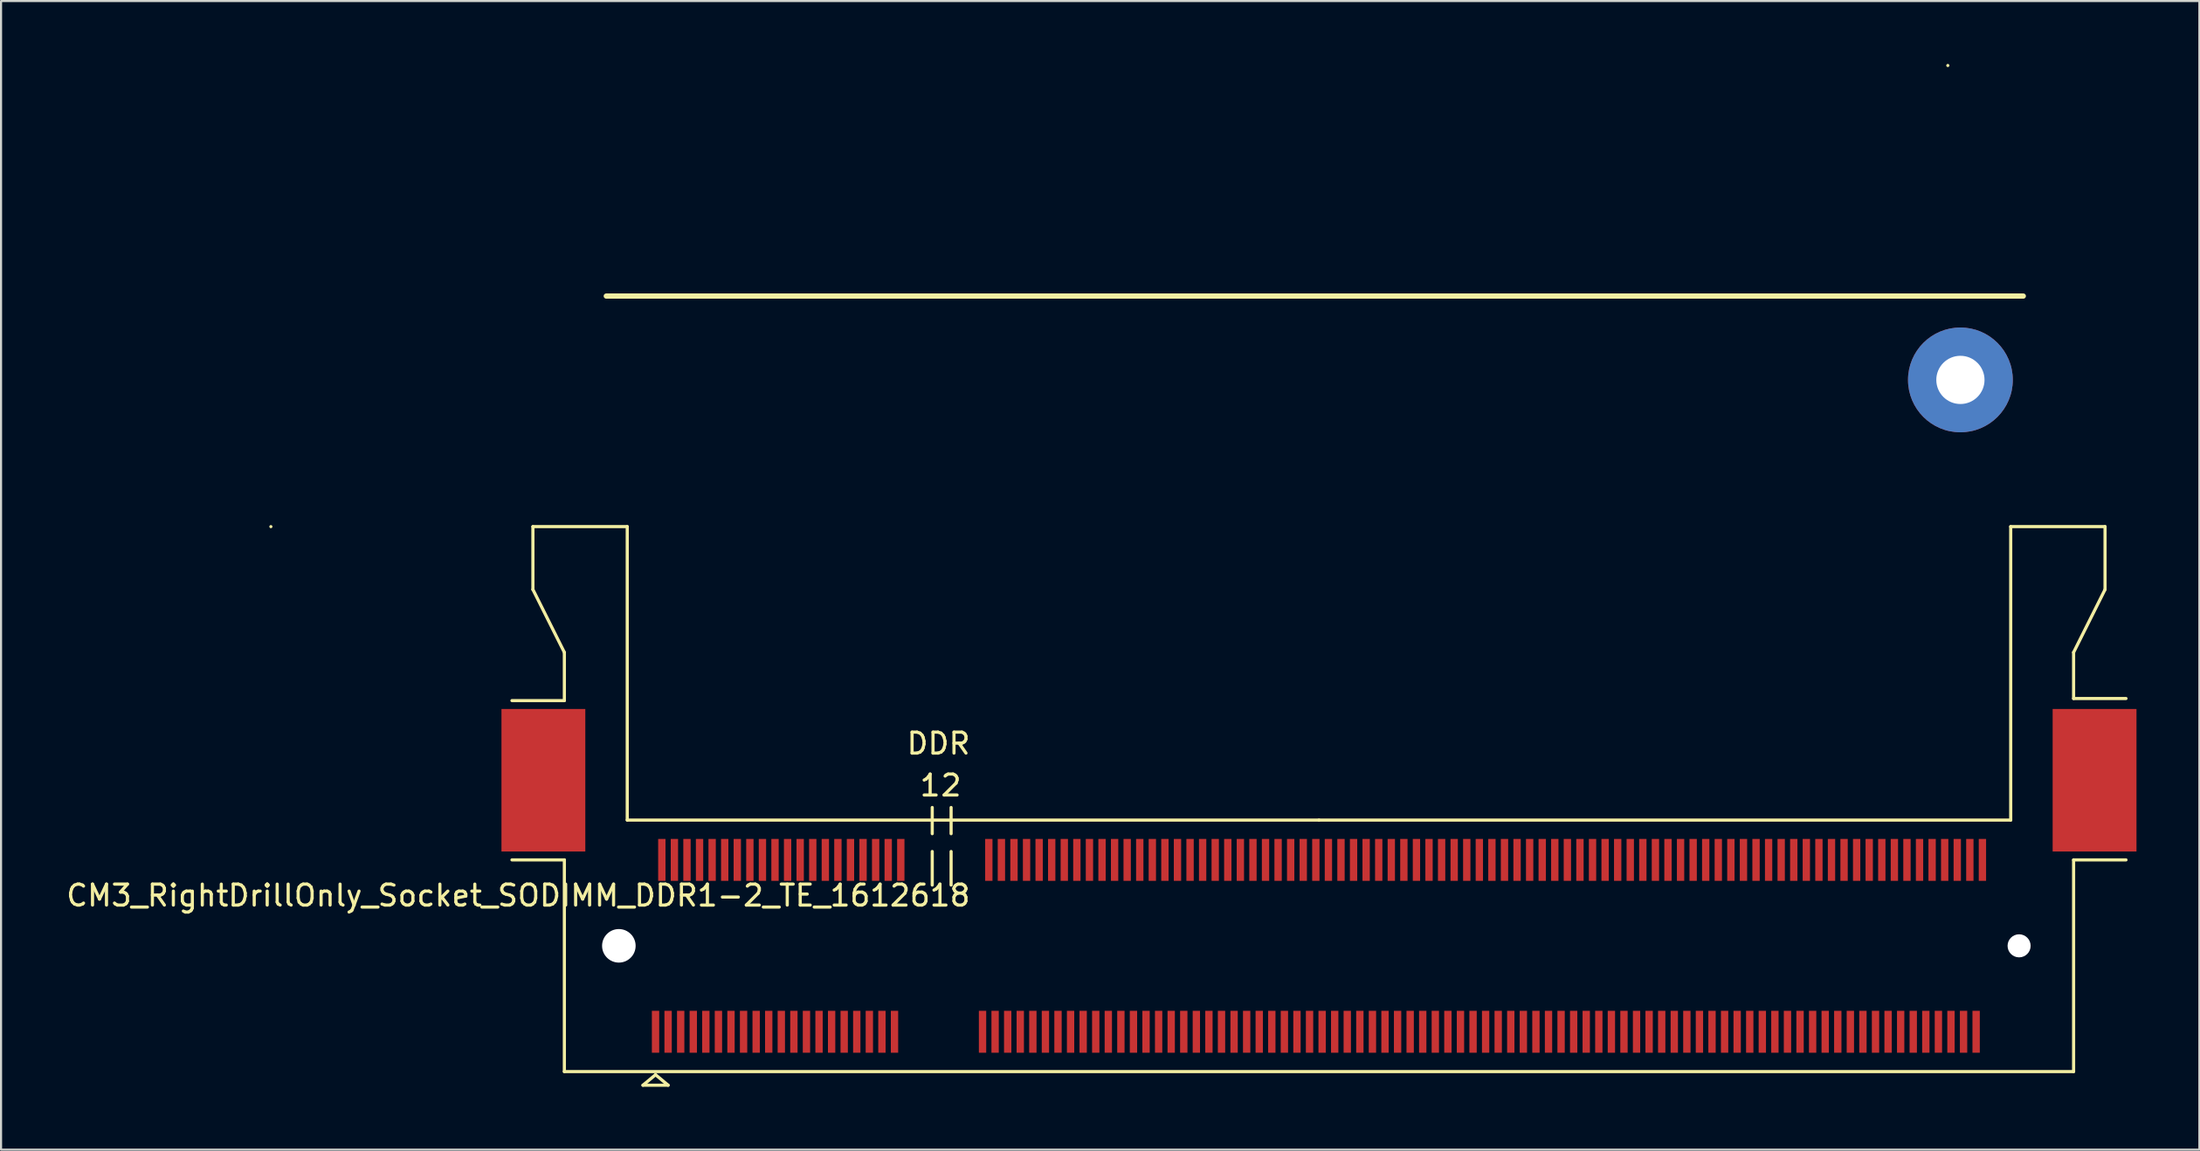
<source format=kicad_pcb>
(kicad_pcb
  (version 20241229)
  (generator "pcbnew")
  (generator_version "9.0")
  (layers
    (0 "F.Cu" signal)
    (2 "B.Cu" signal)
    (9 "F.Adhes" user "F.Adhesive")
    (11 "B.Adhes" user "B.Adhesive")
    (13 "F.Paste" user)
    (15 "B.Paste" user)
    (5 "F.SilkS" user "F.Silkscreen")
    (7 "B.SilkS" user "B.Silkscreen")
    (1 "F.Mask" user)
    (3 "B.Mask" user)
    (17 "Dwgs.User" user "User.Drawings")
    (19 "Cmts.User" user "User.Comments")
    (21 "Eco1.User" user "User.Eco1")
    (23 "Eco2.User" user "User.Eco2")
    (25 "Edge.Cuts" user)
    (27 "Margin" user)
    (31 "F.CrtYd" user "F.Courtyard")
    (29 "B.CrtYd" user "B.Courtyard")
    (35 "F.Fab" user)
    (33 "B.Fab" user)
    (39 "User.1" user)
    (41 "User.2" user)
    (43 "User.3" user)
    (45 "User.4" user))
  (footprint "CM3_RightDrillOnly_Socket_SODIMM_DDR1-2_TE_1612618"
    (layer "F.Cu")
    (at 59.873 42.075)
    (property "Reference" "CM3_RightDrillOnly_Socket_SODIMM_DDR1-2_TE_1612618" (at -38.2 -2.4 0) (layer "F.SilkS") (effects (font (size 1 1) (thickness 0.15))))
    (attr smd)
    (fp_line (start -50 -20) (end -50 -20) (stroke (width 0.15) (type solid)) (layer "F.SilkS"))
    (fp_line (start -37.5 -20) (end -37.5 -17) (stroke (width 0.15) (type solid)) (layer "F.SilkS"))
    (fp_line (start -37.5 -17) (end -36 -14) (stroke (width 0.15) (type solid)) (layer "F.SilkS"))
    (fp_line (start -36 -14) (end -36 -11.7) (stroke (width 0.15) (type solid)) (layer "F.SilkS"))
    (fp_line (start -36 -11.7) (end -38.5 -11.7) (stroke (width 0.15) (type solid)) (layer "F.SilkS"))
    (fp_line (start -36 -4.1) (end -38.5 -4.1) (stroke (width 0.15) (type solid)) (layer "F.SilkS"))
    (fp_line (start -36 -4.1) (end -36 6) (stroke (width 0.15) (type solid)) (layer "F.SilkS"))
    (fp_line (start -36 6) (end 36 6) (stroke (width 0.15) (type solid)) (layer "F.SilkS"))
    (fp_line (start -34 -31) (end -34 -31) (stroke (width 0.15) (type solid)) (layer "F.SilkS"))
    (fp_line (start -34 -31) (end 33.6 -31) (stroke (width 0.25) (type solid)) (layer "F.SilkS"))
    (fp_line (start -33 -20) (end -37.5 -20) (stroke (width 0.15) (type solid)) (layer "F.SilkS"))
    (fp_line (start -33 -6) (end -33 -20) (stroke (width 0.15) (type solid)) (layer "F.SilkS"))
    (fp_line (start -32.25 6.65) (end -31.65 6.15) (stroke (width 0.15) (type solid)) (layer "F.SilkS"))
    (fp_line (start -31.65 6.15) (end -31.05 6.65) (stroke (width 0.15) (type solid)) (layer "F.SilkS"))
    (fp_line (start -31.05 6.65) (end -32.25 6.65) (stroke (width 0.15) (type solid)) (layer "F.SilkS"))
    (fp_line (start -18.45 -5.35) (end -18.45 -6.6) (stroke (width 0.15) (type solid)) (layer "F.SilkS"))
    (fp_line (start -18.45 -4.5) (end -18.45 -2.9) (stroke (width 0.15) (type solid)) (layer "F.SilkS"))
    (fp_line (start -17.55 -5.35) (end -17.55 -6.6) (stroke (width 0.15) (type solid)) (layer "F.SilkS"))
    (fp_line (start -17.55 -4.5) (end -17.55 -2.9) (stroke (width 0.15) (type solid)) (layer "F.SilkS"))
    (fp_line (start 0 -6) (end -33 -6) (stroke (width 0.15) (type solid)) (layer "F.SilkS"))
    (fp_line (start 30 -42) (end 30 -42) (stroke (width 0.15) (type solid)) (layer "F.SilkS"))
    (fp_line (start 33 -20) (end 33 -6) (stroke (width 0.15) (type solid)) (layer "F.SilkS"))
    (fp_line (start 33 -6) (end 0 -6) (stroke (width 0.15) (type solid)) (layer "F.SilkS"))
    (fp_line (start 36 -14) (end 36 -11.8) (stroke (width 0.15) (type solid)) (layer "F.SilkS"))
    (fp_line (start 36 -14) (end 37.5 -17) (stroke (width 0.15) (type solid)) (layer "F.SilkS"))
    (fp_line (start 36 -11.8) (end 38.5 -11.8) (stroke (width 0.15) (type solid)) (layer "F.SilkS"))
    (fp_line (start 36 -4.1) (end 38.5 -4.1) (stroke (width 0.15) (type solid)) (layer "F.SilkS"))
    (fp_line (start 36 6) (end 36 -4.1) (stroke (width 0.15) (type solid)) (layer "F.SilkS"))
    (fp_line (start 37.5 -20) (end 33 -20) (stroke (width 0.15) (type solid)) (layer "F.SilkS"))
    (fp_line (start 37.5 -17) (end 37.5 -20) (stroke (width 0.15) (type solid)) (layer "F.SilkS"))
    (fp_text user "1" (at -18.55 -7.65 0) (layer "F.SilkS") (effects (font (size 1 1) (thickness 0.15))))
    (fp_text user "DDR" (at -18.15 -9.65 0) (layer "F.SilkS") (effects (font (size 1 1) (thickness 0.15))))
    (fp_text user "2" (at -17.55 -7.65 0) (layer "F.SilkS") (effects (font (size 1 1) (thickness 0.15))))
    (pad "" smd rect (at -37 -7.9) (size 4 6.8) (layers "F.Cu" "F.Mask" "F.Paste"))
    (pad "" np_thru_hole circle (at -33.4 0) (size 1.6 1.6) (drill 1.6) (layers "*.Cu" "*.Mask"))
    (pad "" np_thru_hole circle (at 30.6 -27) (size 5 5) (drill 2.3) (layers "*.Cu" "*.Mask"))
    (pad "" np_thru_hole circle (at 33.4 0) (size 1.1 1.1) (drill 1.1) (layers "*.Cu" "*.Mask"))
    (pad "" smd rect (at 37 -7.9) (size 4 6.8) (layers "F.Cu" "F.Mask" "F.Paste"))
    (pad "1" smd rect (at -31.65 4.1) (size 0.35 2) (layers "F.Cu" "F.Mask" "F.Paste"))
    (pad "2" smd rect (at -31.35 -4.1) (size 0.35 2) (layers "F.Cu" "F.Mask" "F.Paste"))
    (pad "3" smd rect (at -31.05 4.1) (size 0.35 2) (layers "F.Cu" "F.Mask" "F.Paste"))
    (pad "4" smd rect (at -30.75 -4.1) (size 0.35 2) (layers "F.Cu" "F.Mask" "F.Paste"))
    (pad "5" smd rect (at -30.45 4.1) (size 0.35 2) (layers "F.Cu" "F.Mask" "F.Paste"))
    (pad "6" smd rect (at -30.15 -4.1) (size 0.35 2) (layers "F.Cu" "F.Mask" "F.Paste"))
    (pad "7" smd rect (at -29.85 4.1) (size 0.35 2) (layers "F.Cu" "F.Mask" "F.Paste"))
    (pad "8" smd rect (at -29.55 -4.1) (size 0.35 2) (layers "F.Cu" "F.Mask" "F.Paste"))
    (pad "9" smd rect (at -29.25 4.1) (size 0.35 2) (layers "F.Cu" "F.Mask" "F.Paste"))
    (pad "10" smd rect (at -28.95 -4.1) (size 0.35 2) (layers "F.Cu" "F.Mask" "F.Paste"))
    (pad "11" smd rect (at -28.65 4.1) (size 0.35 2) (layers "F.Cu" "F.Mask" "F.Paste"))
    (pad "12" smd rect (at -28.35 -4.1) (size 0.35 2) (layers "F.Cu" "F.Mask" "F.Paste"))
    (pad "13" smd rect (at -28.05 4.1) (size 0.35 2) (layers "F.Cu" "F.Mask" "F.Paste"))
    (pad "14" smd rect (at -27.75 -4.1) (size 0.35 2) (layers "F.Cu" "F.Mask" "F.Paste"))
    (pad "15" smd rect (at -27.45 4.1) (size 0.35 2) (layers "F.Cu" "F.Mask" "F.Paste"))
    (pad "16" smd rect (at -27.15 -4.1) (size 0.35 2) (layers "F.Cu" "F.Mask" "F.Paste"))
    (pad "17" smd rect (at -26.85 4.1) (size 0.35 2) (layers "F.Cu" "F.Mask" "F.Paste"))
    (pad "18" smd rect (at -26.55 -4.1) (size 0.35 2) (layers "F.Cu" "F.Mask" "F.Paste"))
    (pad "19" smd rect (at -26.25 4.1) (size 0.35 2) (layers "F.Cu" "F.Mask" "F.Paste"))
    (pad "20" smd rect (at -25.95 -4.1) (size 0.35 2) (layers "F.Cu" "F.Mask" "F.Paste"))
    (pad "21" smd rect (at -25.65 4.1) (size 0.35 2) (layers "F.Cu" "F.Mask" "F.Paste"))
    (pad "22" smd rect (at -25.35 -4.1) (size 0.35 2) (layers "F.Cu" "F.Mask" "F.Paste"))
    (pad "23" smd rect (at -25.05 4.1) (size 0.35 2) (layers "F.Cu" "F.Mask" "F.Paste"))
    (pad "24" smd rect (at -24.75 -4.1) (size 0.35 2) (layers "F.Cu" "F.Mask" "F.Paste"))
    (pad "25" smd rect (at -24.45 4.1) (size 0.35 2) (layers "F.Cu" "F.Mask" "F.Paste"))
    (pad "26" smd rect (at -24.15 -4.1) (size 0.35 2) (layers "F.Cu" "F.Mask" "F.Paste"))
    (pad "27" smd rect (at -23.85 4.1) (size 0.35 2) (layers "F.Cu" "F.Mask" "F.Paste"))
    (pad "28" smd rect (at -23.55 -4.1) (size 0.35 2) (layers "F.Cu" "F.Mask" "F.Paste"))
    (pad "29" smd rect (at -23.25 4.1) (size 0.35 2) (layers "F.Cu" "F.Mask" "F.Paste"))
    (pad "30" smd rect (at -22.95 -4.1) (size 0.35 2) (layers "F.Cu" "F.Mask" "F.Paste"))
    (pad "31" smd rect (at -22.65 4.1) (size 0.35 2) (layers "F.Cu" "F.Mask" "F.Paste"))
    (pad "32" smd rect (at -22.35 -4.1) (size 0.35 2) (layers "F.Cu" "F.Mask" "F.Paste"))
    (pad "33" smd rect (at -22.05 4.1) (size 0.35 2) (layers "F.Cu" "F.Mask" "F.Paste"))
    (pad "34" smd rect (at -21.75 -4.1) (size 0.35 2) (layers "F.Cu" "F.Mask" "F.Paste"))
    (pad "35" smd rect (at -21.45 4.1) (size 0.35 2) (layers "F.Cu" "F.Mask" "F.Paste"))
    (pad "36" smd rect (at -21.15 -4.1) (size 0.35 2) (layers "F.Cu" "F.Mask" "F.Paste"))
    (pad "37" smd rect (at -20.85 4.1) (size 0.35 2) (layers "F.Cu" "F.Mask" "F.Paste"))
    (pad "38" smd rect (at -20.55 -4.1) (size 0.35 2) (layers "F.Cu" "F.Mask" "F.Paste"))
    (pad "39" smd rect (at -20.25 4.1) (size 0.35 2) (layers "F.Cu" "F.Mask" "F.Paste"))
    (pad "40" smd rect (at -19.95 -4.1) (size 0.35 2) (layers "F.Cu" "F.Mask" "F.Paste"))
    (pad "41" smd rect (at -16.05 4.1) (size 0.35 2) (layers "F.Cu" "F.Mask" "F.Paste"))
    (pad "42" smd rect (at -15.75 -4.1) (size 0.35 2) (layers "F.Cu" "F.Mask" "F.Paste"))
    (pad "43" smd rect (at -15.45 4.1) (size 0.35 2) (layers "F.Cu" "F.Mask" "F.Paste"))
    (pad "44" smd rect (at -15.15 -4.1) (size 0.35 2) (layers "F.Cu" "F.Mask" "F.Paste"))
    (pad "45" smd rect (at -14.85 4.1) (size 0.35 2) (layers "F.Cu" "F.Mask" "F.Paste"))
    (pad "46" smd rect (at -14.55 -4.1) (size 0.35 2) (layers "F.Cu" "F.Mask" "F.Paste"))
    (pad "47" smd rect (at -14.25 4.1) (size 0.35 2) (layers "F.Cu" "F.Mask" "F.Paste"))
    (pad "48" smd rect (at -13.95 -4.1) (size 0.35 2) (layers "F.Cu" "F.Mask" "F.Paste"))
    (pad "49" smd rect (at -13.65 4.1) (size 0.35 2) (layers "F.Cu" "F.Mask" "F.Paste"))
    (pad "50" smd rect (at -13.35 -4.1) (size 0.35 2) (layers "F.Cu" "F.Mask" "F.Paste"))
    (pad "51" smd rect (at -13.05 4.1) (size 0.35 2) (layers "F.Cu" "F.Mask" "F.Paste"))
    (pad "52" smd rect (at -12.75 -4.1) (size 0.35 2) (layers "F.Cu" "F.Mask" "F.Paste"))
    (pad "53" smd rect (at -12.45 4.1) (size 0.35 2) (layers "F.Cu" "F.Mask" "F.Paste"))
    (pad "54" smd rect (at -12.15 -4.1) (size 0.35 2) (layers "F.Cu" "F.Mask" "F.Paste"))
    (pad "55" smd rect (at -11.85 4.1) (size 0.35 2) (layers "F.Cu" "F.Mask" "F.Paste"))
    (pad "56" smd rect (at -11.55 -4.1) (size 0.35 2) (layers "F.Cu" "F.Mask" "F.Paste"))
    (pad "57" smd rect (at -11.25 4.1) (size 0.35 2) (layers "F.Cu" "F.Mask" "F.Paste"))
    (pad "58" smd rect (at -10.95 -4.1) (size 0.35 2) (layers "F.Cu" "F.Mask" "F.Paste"))
    (pad "59" smd rect (at -10.65 4.1) (size 0.35 2) (layers "F.Cu" "F.Mask" "F.Paste"))
    (pad "60" smd rect (at -10.35 -4.1) (size 0.35 2) (layers "F.Cu" "F.Mask" "F.Paste"))
    (pad "61" smd rect (at -10.05 4.1) (size 0.35 2) (layers "F.Cu" "F.Mask" "F.Paste"))
    (pad "62" smd rect (at -9.75 -4.1) (size 0.35 2) (layers "F.Cu" "F.Mask" "F.Paste"))
    (pad "63" smd rect (at -9.45 4.1) (size 0.35 2) (layers "F.Cu" "F.Mask" "F.Paste"))
    (pad "64" smd rect (at -9.15 -4.1) (size 0.35 2) (layers "F.Cu" "F.Mask" "F.Paste"))
    (pad "65" smd rect (at -8.85 4.1) (size 0.35 2) (layers "F.Cu" "F.Mask" "F.Paste"))
    (pad "66" smd rect (at -8.55 -4.1) (size 0.35 2) (layers "F.Cu" "F.Mask" "F.Paste"))
    (pad "67" smd rect (at -8.25 4.1) (size 0.35 2) (layers "F.Cu" "F.Mask" "F.Paste"))
    (pad "68" smd rect (at -7.95 -4.1) (size 0.35 2) (layers "F.Cu" "F.Mask" "F.Paste"))
    (pad "69" smd rect (at -7.65 4.1) (size 0.35 2) (layers "F.Cu" "F.Mask" "F.Paste"))
    (pad "70" smd rect (at -7.35 -4.1) (size 0.35 2) (layers "F.Cu" "F.Mask" "F.Paste"))
    (pad "71" smd rect (at -7.05 4.1) (size 0.35 2) (layers "F.Cu" "F.Mask" "F.Paste"))
    (pad "72" smd rect (at -6.75 -4.1) (size 0.35 2) (layers "F.Cu" "F.Mask" "F.Paste"))
    (pad "73" smd rect (at -6.45 4.1) (size 0.35 2) (layers "F.Cu" "F.Mask" "F.Paste"))
    (pad "74" smd rect (at -6.15 -4.1) (size 0.35 2) (layers "F.Cu" "F.Mask" "F.Paste"))
    (pad "75" smd rect (at -5.85 4.1) (size 0.35 2) (layers "F.Cu" "F.Mask" "F.Paste"))
    (pad "76" smd rect (at -5.55 -4.1) (size 0.35 2) (layers "F.Cu" "F.Mask" "F.Paste"))
    (pad "77" smd rect (at -5.25 4.1) (size 0.35 2) (layers "F.Cu" "F.Mask" "F.Paste"))
    (pad "78" smd rect (at -4.95 -4.1) (size 0.35 2) (layers "F.Cu" "F.Mask" "F.Paste"))
    (pad "79" smd rect (at -4.65 4.1) (size 0.35 2) (layers "F.Cu" "F.Mask" "F.Paste"))
    (pad "80" smd rect (at -4.35 -4.1) (size 0.35 2) (layers "F.Cu" "F.Mask" "F.Paste"))
    (pad "81" smd rect (at -4.05 4.1) (size 0.35 2) (layers "F.Cu" "F.Mask" "F.Paste"))
    (pad "82" smd rect (at -3.75 -4.1) (size 0.35 2) (layers "F.Cu" "F.Mask" "F.Paste"))
    (pad "83" smd rect (at -3.45 4.1) (size 0.35 2) (layers "F.Cu" "F.Mask" "F.Paste"))
    (pad "84" smd rect (at -3.15 -4.1) (size 0.35 2) (layers "F.Cu" "F.Mask" "F.Paste"))
    (pad "85" smd rect (at -2.85 4.1) (size 0.35 2) (layers "F.Cu" "F.Mask" "F.Paste"))
    (pad "86" smd rect (at -2.55 -4.1) (size 0.35 2) (layers "F.Cu" "F.Mask" "F.Paste"))
    (pad "87" smd rect (at -2.25 4.1) (size 0.35 2) (layers "F.Cu" "F.Mask" "F.Paste"))
    (pad "88" smd rect (at -1.95 -4.1) (size 0.35 2) (layers "F.Cu" "F.Mask" "F.Paste"))
    (pad "89" smd rect (at -1.65 4.1) (size 0.35 2) (layers "F.Cu" "F.Mask" "F.Paste"))
    (pad "90" smd rect (at -1.35 -4.1) (size 0.35 2) (layers "F.Cu" "F.Mask" "F.Paste"))
    (pad "91" smd rect (at -1.05 4.1) (size 0.35 2) (layers "F.Cu" "F.Mask" "F.Paste"))
    (pad "92" smd rect (at -0.75 -4.1) (size 0.35 2) (layers "F.Cu" "F.Mask" "F.Paste"))
    (pad "93" smd rect (at -0.45 4.1) (size 0.35 2) (layers "F.Cu" "F.Mask" "F.Paste"))
    (pad "94" smd rect (at -0.15 -4.1) (size 0.35 2) (layers "F.Cu" "F.Mask" "F.Paste"))
    (pad "95" smd rect (at 0.15 4.1) (size 0.35 2) (layers "F.Cu" "F.Mask" "F.Paste"))
    (pad "96" smd rect (at 0.45 -4.1) (size 0.35 2) (layers "F.Cu" "F.Mask" "F.Paste"))
    (pad "97" smd rect (at 0.75 4.1) (size 0.35 2) (layers "F.Cu" "F.Mask" "F.Paste"))
    (pad "98" smd rect (at 1.05 -4.1) (size 0.35 2) (layers "F.Cu" "F.Mask" "F.Paste"))
    (pad "99" smd rect (at 1.35 4.1) (size 0.35 2) (layers "F.Cu" "F.Mask" "F.Paste"))
    (pad "100" smd rect (at 1.65 -4.1) (size 0.35 2) (layers "F.Cu" "F.Mask" "F.Paste"))
    (pad "101" smd rect (at 1.95 4.1) (size 0.35 2) (layers "F.Cu" "F.Mask" "F.Paste"))
    (pad "102" smd rect (at 2.25 -4.1) (size 0.35 2) (layers "F.Cu" "F.Mask" "F.Paste"))
    (pad "103" smd rect (at 2.55 4.1) (size 0.35 2) (layers "F.Cu" "F.Mask" "F.Paste"))
    (pad "104" smd rect (at 2.85 -4.1) (size 0.35 2) (layers "F.Cu" "F.Mask" "F.Paste"))
    (pad "105" smd rect (at 3.15 4.1) (size 0.35 2) (layers "F.Cu" "F.Mask" "F.Paste"))
    (pad "106" smd rect (at 3.45 -4.1) (size 0.35 2) (layers "F.Cu" "F.Mask" "F.Paste"))
    (pad "107" smd rect (at 3.75 4.1) (size 0.35 2) (layers "F.Cu" "F.Mask" "F.Paste"))
    (pad "108" smd rect (at 4.05 -4.1) (size 0.35 2) (layers "F.Cu" "F.Mask" "F.Paste"))
    (pad "109" smd rect (at 4.35 4.1) (size 0.35 2) (layers "F.Cu" "F.Mask" "F.Paste"))
    (pad "110" smd rect (at 4.65 -4.1) (size 0.35 2) (layers "F.Cu" "F.Mask" "F.Paste"))
    (pad "111" smd rect (at 4.95 4.1) (size 0.35 2) (layers "F.Cu" "F.Mask" "F.Paste"))
    (pad "112" smd rect (at 5.25 -4.1) (size 0.35 2) (layers "F.Cu" "F.Mask" "F.Paste"))
    (pad "113" smd rect (at 5.55 4.1) (size 0.35 2) (layers "F.Cu" "F.Mask" "F.Paste"))
    (pad "114" smd rect (at 5.85 -4.1) (size 0.35 2) (layers "F.Cu" "F.Mask" "F.Paste"))
    (pad "115" smd rect (at 6.15 4.1) (size 0.35 2) (layers "F.Cu" "F.Mask" "F.Paste"))
    (pad "116" smd rect (at 6.45 -4.1) (size 0.35 2) (layers "F.Cu" "F.Mask" "F.Paste"))
    (pad "117" smd rect (at 6.75 4.1) (size 0.35 2) (layers "F.Cu" "F.Mask" "F.Paste"))
    (pad "118" smd rect (at 7.05 -4.1) (size 0.35 2) (layers "F.Cu" "F.Mask" "F.Paste"))
    (pad "119" smd rect (at 7.35 4.1) (size 0.35 2) (layers "F.Cu" "F.Mask" "F.Paste"))
    (pad "120" smd rect (at 7.65 -4.1) (size 0.35 2) (layers "F.Cu" "F.Mask" "F.Paste"))
    (pad "121" smd rect (at 7.95 4.1) (size 0.35 2) (layers "F.Cu" "F.Mask" "F.Paste"))
    (pad "122" smd rect (at 8.25 -4.1) (size 0.35 2) (layers "F.Cu" "F.Mask" "F.Paste"))
    (pad "123" smd rect (at 8.55 4.1) (size 0.35 2) (layers "F.Cu" "F.Mask" "F.Paste"))
    (pad "124" smd rect (at 8.85 -4.1) (size 0.35 2) (layers "F.Cu" "F.Mask" "F.Paste"))
    (pad "125" smd rect (at 9.15 4.1) (size 0.35 2) (layers "F.Cu" "F.Mask" "F.Paste"))
    (pad "126" smd rect (at 9.45 -4.1) (size 0.35 2) (layers "F.Cu" "F.Mask" "F.Paste"))
    (pad "127" smd rect (at 9.75 4.1) (size 0.35 2) (layers "F.Cu" "F.Mask" "F.Paste"))
    (pad "128" smd rect (at 10.05 -4.1) (size 0.35 2) (layers "F.Cu" "F.Mask" "F.Paste"))
    (pad "129" smd rect (at 10.35 4.1) (size 0.35 2) (layers "F.Cu" "F.Mask" "F.Paste"))
    (pad "130" smd rect (at 10.65 -4.1) (size 0.35 2) (layers "F.Cu" "F.Mask" "F.Paste"))
    (pad "131" smd rect (at 10.95 4.1) (size 0.35 2) (layers "F.Cu" "F.Mask" "F.Paste"))
    (pad "132" smd rect (at 11.25 -4.1) (size 0.35 2) (layers "F.Cu" "F.Mask" "F.Paste"))
    (pad "133" smd rect (at 11.55 4.1) (size 0.35 2) (layers "F.Cu" "F.Mask" "F.Paste"))
    (pad "134" smd rect (at 11.85 -4.1) (size 0.35 2) (layers "F.Cu" "F.Mask" "F.Paste"))
    (pad "135" smd rect (at 12.15 4.1) (size 0.35 2) (layers "F.Cu" "F.Mask" "F.Paste"))
    (pad "136" smd rect (at 12.45 -4.1) (size 0.35 2) (layers "F.Cu" "F.Mask" "F.Paste"))
    (pad "137" smd rect (at 12.75 4.1) (size 0.35 2) (layers "F.Cu" "F.Mask" "F.Paste"))
    (pad "138" smd rect (at 13.05 -4.1) (size 0.35 2) (layers "F.Cu" "F.Mask" "F.Paste"))
    (pad "139" smd rect (at 13.35 4.1) (size 0.35 2) (layers "F.Cu" "F.Mask" "F.Paste"))
    (pad "140" smd rect (at 13.65 -4.1) (size 0.35 2) (layers "F.Cu" "F.Mask" "F.Paste"))
    (pad "141" smd rect (at 13.95 4.1) (size 0.35 2) (layers "F.Cu" "F.Mask" "F.Paste"))
    (pad "142" smd rect (at 14.25 -4.1) (size 0.35 2) (layers "F.Cu" "F.Mask" "F.Paste"))
    (pad "143" smd rect (at 14.55 4.1) (size 0.35 2) (layers "F.Cu" "F.Mask" "F.Paste"))
    (pad "144" smd rect (at 14.85 -4.1) (size 0.35 2) (layers "F.Cu" "F.Mask" "F.Paste"))
    (pad "145" smd rect (at 15.15 4.1) (size 0.35 2) (layers "F.Cu" "F.Mask" "F.Paste"))
    (pad "146" smd rect (at 15.45 -4.1) (size 0.35 2) (layers "F.Cu" "F.Mask" "F.Paste"))
    (pad "147" smd rect (at 15.75 4.1) (size 0.35 2) (layers "F.Cu" "F.Mask" "F.Paste"))
    (pad "148" smd rect (at 16.05 -4.1) (size 0.35 2) (layers "F.Cu" "F.Mask" "F.Paste"))
    (pad "149" smd rect (at 16.35 4.1) (size 0.35 2) (layers "F.Cu" "F.Mask" "F.Paste"))
    (pad "150" smd rect (at 16.65 -4.1) (size 0.35 2) (layers "F.Cu" "F.Mask" "F.Paste"))
    (pad "151" smd rect (at 16.95 4.1) (size 0.35 2) (layers "F.Cu" "F.Mask" "F.Paste"))
    (pad "152" smd rect (at 17.25 -4.1) (size 0.35 2) (layers "F.Cu" "F.Mask" "F.Paste"))
    (pad "153" smd rect (at 17.55 4.1) (size 0.35 2) (layers "F.Cu" "F.Mask" "F.Paste"))
    (pad "154" smd rect (at 17.85 -4.1) (size 0.35 2) (layers "F.Cu" "F.Mask" "F.Paste"))
    (pad "155" smd rect (at 18.15 4.1) (size 0.35 2) (layers "F.Cu" "F.Mask" "F.Paste"))
    (pad "156" smd rect (at 18.45 -4.1) (size 0.35 2) (layers "F.Cu" "F.Mask" "F.Paste"))
    (pad "157" smd rect (at 18.75 4.1) (size 0.35 2) (layers "F.Cu" "F.Mask" "F.Paste"))
    (pad "158" smd rect (at 19.05 -4.1) (size 0.35 2) (layers "F.Cu" "F.Mask" "F.Paste"))
    (pad "159" smd rect (at 19.35 4.1) (size 0.35 2) (layers "F.Cu" "F.Mask" "F.Paste"))
    (pad "160" smd rect (at 19.65 -4.1) (size 0.35 2) (layers "F.Cu" "F.Mask" "F.Paste"))
    (pad "161" smd rect (at 19.95 4.1) (size 0.35 2) (layers "F.Cu" "F.Mask" "F.Paste"))
    (pad "162" smd rect (at 20.25 -4.1) (size 0.35 2) (layers "F.Cu" "F.Mask" "F.Paste"))
    (pad "163" smd rect (at 20.55 4.1) (size 0.35 2) (layers "F.Cu" "F.Mask" "F.Paste"))
    (pad "164" smd rect (at 20.85 -4.1) (size 0.35 2) (layers "F.Cu" "F.Mask" "F.Paste"))
    (pad "165" smd rect (at 21.15 4.1) (size 0.35 2) (layers "F.Cu" "F.Mask" "F.Paste"))
    (pad "166" smd rect (at 21.45 -4.1) (size 0.35 2) (layers "F.Cu" "F.Mask" "F.Paste"))
    (pad "167" smd rect (at 21.75 4.1) (size 0.35 2) (layers "F.Cu" "F.Mask" "F.Paste"))
    (pad "168" smd rect (at 22.05 -4.1) (size 0.35 2) (layers "F.Cu" "F.Mask" "F.Paste"))
    (pad "169" smd rect (at 22.35 4.1) (size 0.35 2) (layers "F.Cu" "F.Mask" "F.Paste"))
    (pad "170" smd rect (at 22.65 -4.1) (size 0.35 2) (layers "F.Cu" "F.Mask" "F.Paste"))
    (pad "171" smd rect (at 22.95 4.1) (size 0.35 2) (layers "F.Cu" "F.Mask" "F.Paste"))
    (pad "172" smd rect (at 23.25 -4.1) (size 0.35 2) (layers "F.Cu" "F.Mask" "F.Paste"))
    (pad "173" smd rect (at 23.55 4.1) (size 0.35 2) (layers "F.Cu" "F.Mask" "F.Paste"))
    (pad "174" smd rect (at 23.85 -4.1) (size 0.35 2) (layers "F.Cu" "F.Mask" "F.Paste"))
    (pad "175" smd rect (at 24.15 4.1) (size 0.35 2) (layers "F.Cu" "F.Mask" "F.Paste"))
    (pad "176" smd rect (at 24.45 -4.1) (size 0.35 2) (layers "F.Cu" "F.Mask" "F.Paste"))
    (pad "177" smd rect (at 24.75 4.1) (size 0.35 2) (layers "F.Cu" "F.Mask" "F.Paste"))
    (pad "178" smd rect (at 25.05 -4.1) (size 0.35 2) (layers "F.Cu" "F.Mask" "F.Paste"))
    (pad "179" smd rect (at 25.35 4.1) (size 0.35 2) (layers "F.Cu" "F.Mask" "F.Paste"))
    (pad "180" smd rect (at 25.65 -4.1) (size 0.35 2) (layers "F.Cu" "F.Mask" "F.Paste"))
    (pad "181" smd rect (at 25.95 4.1) (size 0.35 2) (layers "F.Cu" "F.Mask" "F.Paste"))
    (pad "182" smd rect (at 26.25 -4.1) (size 0.35 2) (layers "F.Cu" "F.Mask" "F.Paste"))
    (pad "183" smd rect (at 26.55 4.1) (size 0.35 2) (layers "F.Cu" "F.Mask" "F.Paste"))
    (pad "184" smd rect (at 26.85 -4.1) (size 0.35 2) (layers "F.Cu" "F.Mask" "F.Paste"))
    (pad "185" smd rect (at 27.15 4.1) (size 0.35 2) (layers "F.Cu" "F.Mask" "F.Paste"))
    (pad "186" smd rect (at 27.45 -4.1) (size 0.35 2) (layers "F.Cu" "F.Mask" "F.Paste"))
    (pad "187" smd rect (at 27.75 4.1) (size 0.35 2) (layers "F.Cu" "F.Mask" "F.Paste"))
    (pad "188" smd rect (at 28.05 -4.1) (size 0.35 2) (layers "F.Cu" "F.Mask" "F.Paste"))
    (pad "189" smd rect (at 28.35 4.1) (size 0.35 2) (layers "F.Cu" "F.Mask" "F.Paste"))
    (pad "190" smd rect (at 28.65 -4.1) (size 0.35 2) (layers "F.Cu" "F.Mask" "F.Paste"))
    (pad "191" smd rect (at 28.95 4.1) (size 0.35 2) (layers "F.Cu" "F.Mask" "F.Paste"))
    (pad "192" smd rect (at 29.25 -4.1) (size 0.35 2) (layers "F.Cu" "F.Mask" "F.Paste"))
    (pad "193" smd rect (at 29.55 4.1) (size 0.35 2) (layers "F.Cu" "F.Mask" "F.Paste"))
    (pad "194" smd rect (at 29.85 -4.1) (size 0.35 2) (layers "F.Cu" "F.Mask" "F.Paste"))
    (pad "195" smd rect (at 30.15 4.1) (size 0.35 2) (layers "F.Cu" "F.Mask" "F.Paste"))
    (pad "196" smd rect (at 30.45 -4.1) (size 0.35 2) (layers "F.Cu" "F.Mask" "F.Paste"))
    (pad "197" smd rect (at 30.75 4.1) (size 0.35 2) (layers "F.Cu" "F.Mask" "F.Paste"))
    (pad "198" smd rect (at 31.05 -4.1) (size 0.35 2) (layers "F.Cu" "F.Mask" "F.Paste"))
    (pad "199" smd rect (at 31.35 4.1) (size 0.35 2) (layers "F.Cu" "F.Mask" "F.Paste"))
    (pad "200" smd rect (at 31.65 -4.1) (size 0.35 2) (layers "F.Cu" "F.Mask" "F.Paste")))
  (gr_rect
    (start -3 -3)
    (end 101.873 51.8)
    (stroke (width 0.1) (type default))
    (fill no)
    (layer "Edge.Cuts")))
</source>
